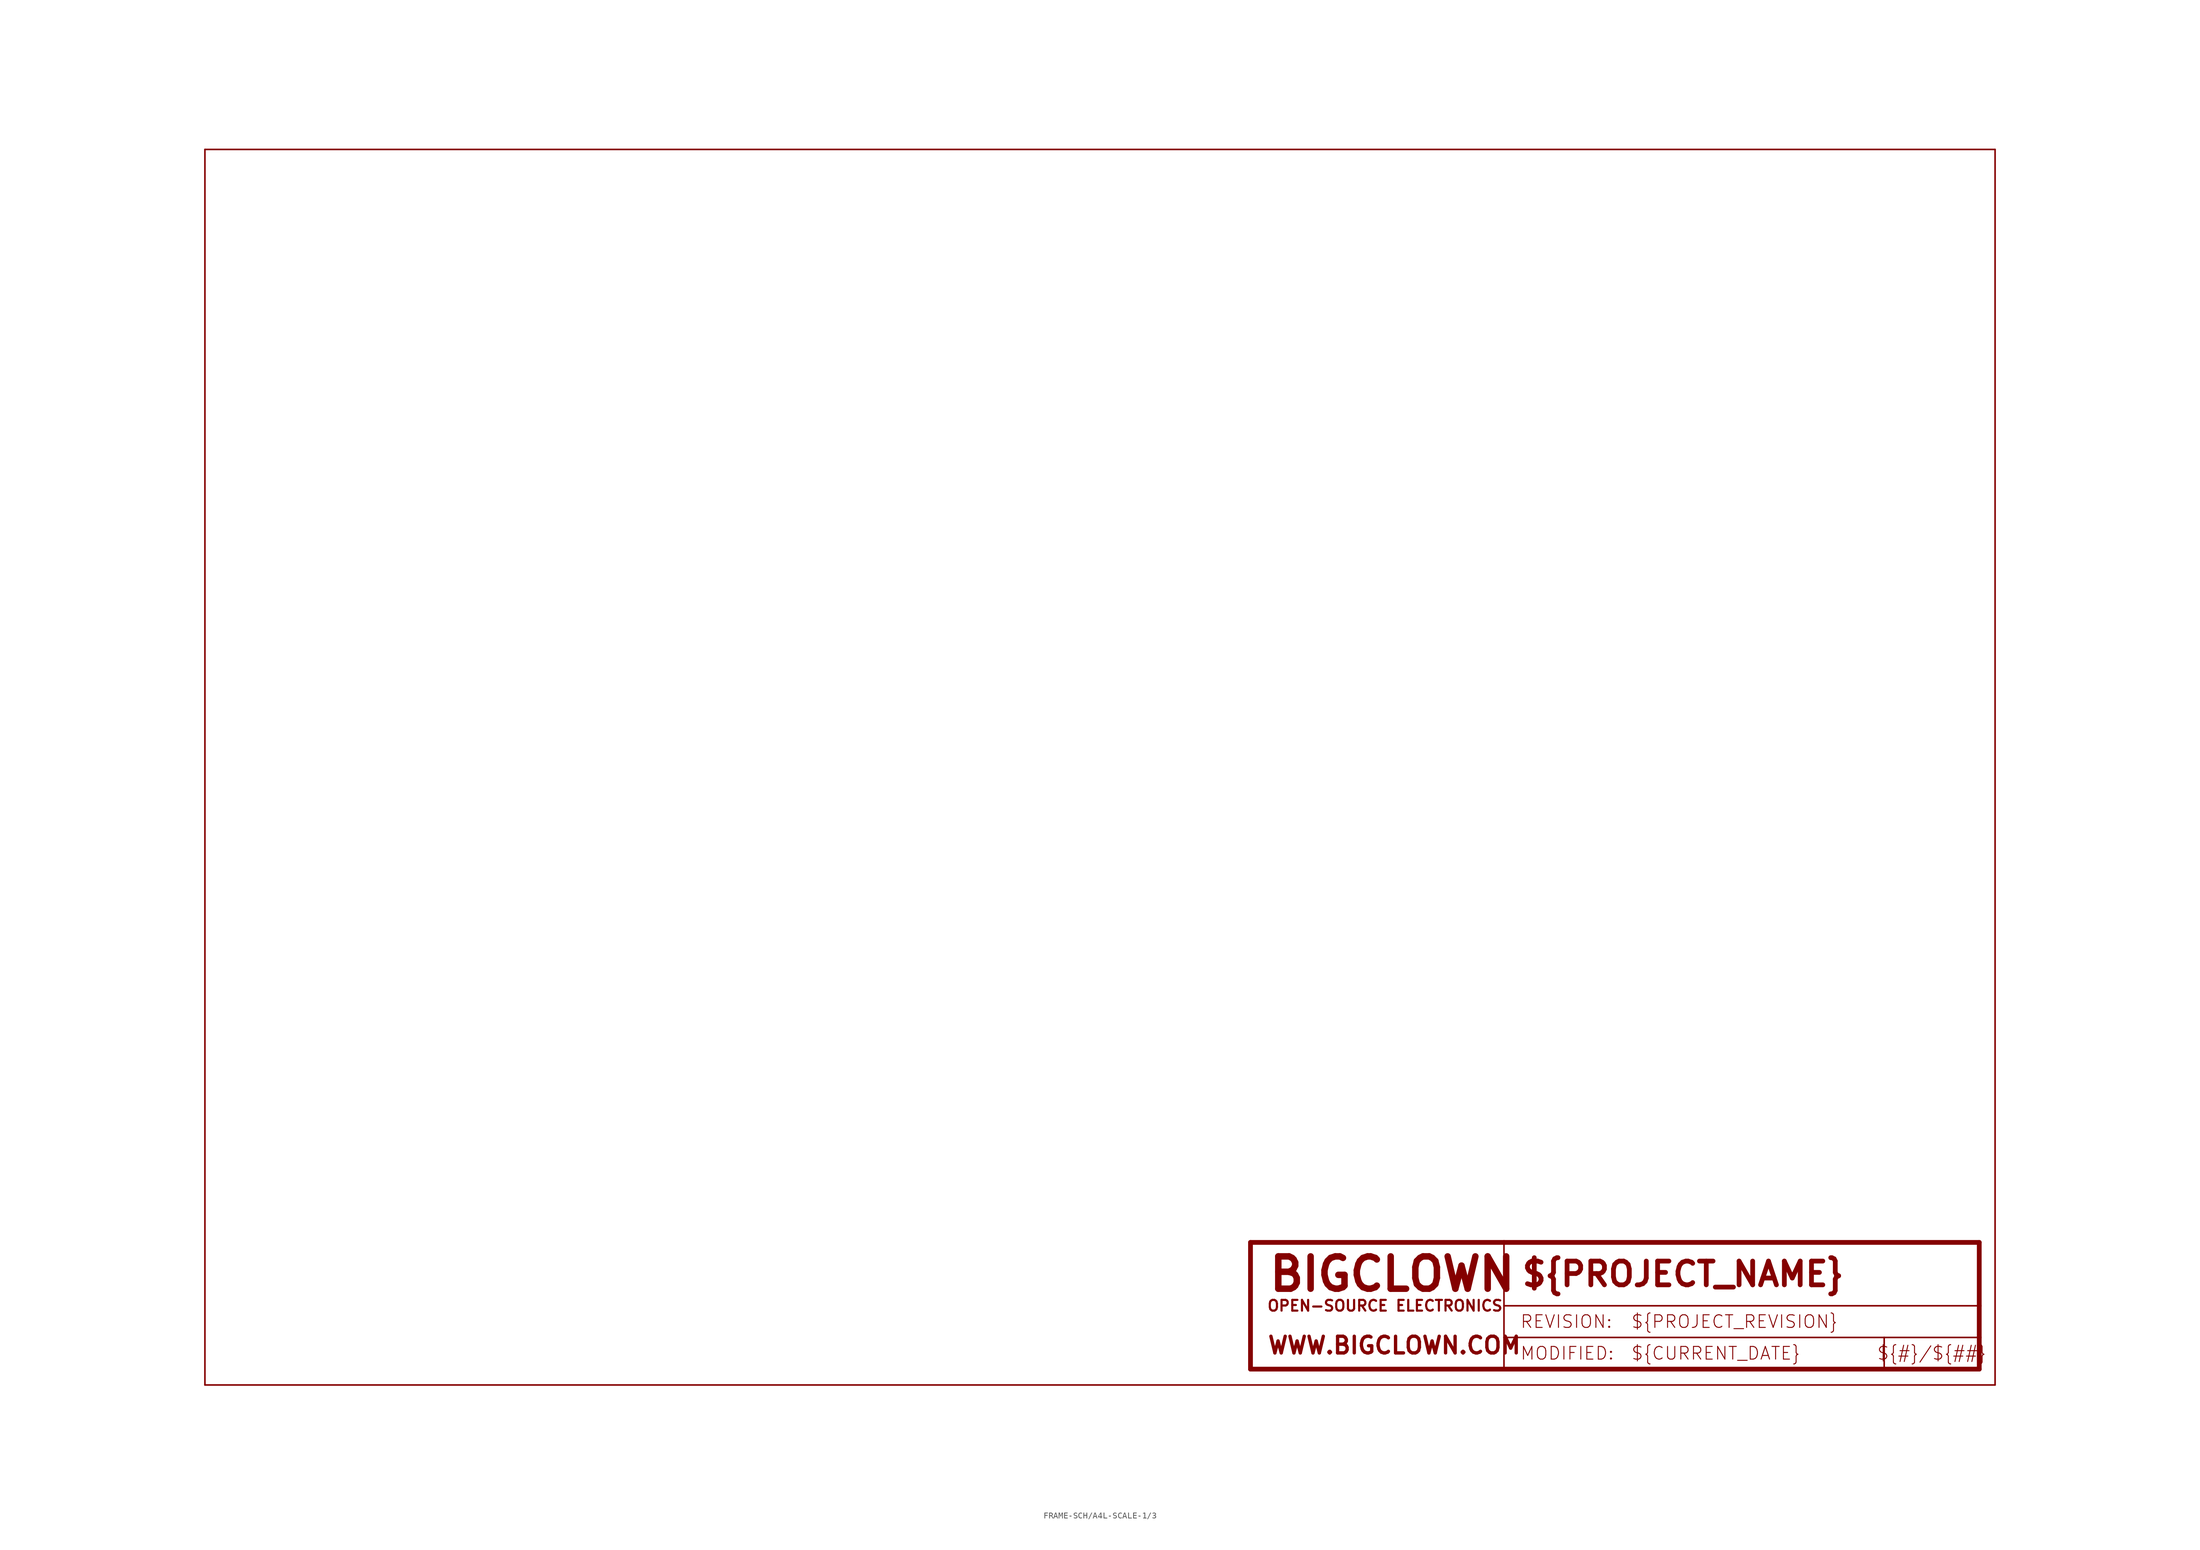
<source format=kicad_sym>
(kicad_symbol_lib
  (version 20231120)
  (generator "kicad_symbol_editor")
  (generator_version "8.0")
  (symbol "FRAME-SCH/A4L-SCALE-1/3"
    (property "Reference" "FRAME"
      (at 0 0 0)
      (effects (font (size 1.27 1.27)) (hide yes)))
    (property "ki_locked" ""
      (at 0 0 0)
      (effects (font (size 1.27 1.27))))
    (symbol "FRAME-SCH/A4L-SCALE-1/3_1_0"
      (polyline (pts (xy -2.54 -2.54) (xy 284.48 -2.54)) (stroke (width 0.254) (type solid)) (fill (type none)))
      (polyline (pts (xy -2.54 195.58) (xy -2.54 -2.54)) (stroke (width 0.254) (type solid)) (fill (type none)))
      (polyline (pts (xy 165.1 0) (xy 165.1 20.32)) (stroke (width 0.762) (type solid)) (fill (type none)))
      (polyline (pts (xy 165.1 0) (xy 205.74 0)) (stroke (width 0.762) (type solid)) (fill (type none)))
      (polyline (pts (xy 165.1 20.32) (xy 205.74 20.32)) (stroke (width 0.762) (type solid)) (fill (type none)))
      (polyline (pts (xy 205.74 0) (xy 266.7 0)) (stroke (width 0.762) (type solid)) (fill (type none)))
      (polyline (pts (xy 205.74 5.08) (xy 205.74 0)) (stroke (width 0.254) (type solid)) (fill (type none)))
      (polyline (pts (xy 205.74 5.08) (xy 266.7 5.08)) (stroke (width 0.254) (type solid)) (fill (type none)))
      (polyline (pts (xy 205.74 10.16) (xy 205.74 5.08)) (stroke (width 0.254) (type solid)) (fill (type none)))
      (polyline (pts (xy 205.74 10.16) (xy 281.94 10.16)) (stroke (width 0.254) (type solid)) (fill (type none)))
      (polyline (pts (xy 205.74 20.32) (xy 205.74 10.16)) (stroke (width 0.254) (type solid)) (fill (type none)))
      (polyline (pts (xy 205.74 20.32) (xy 281.94 20.32)) (stroke (width 0.762) (type solid)) (fill (type none)))
      (polyline (pts (xy 266.7 0) (xy 281.94 0)) (stroke (width 0.762) (type solid)) (fill (type none)))
      (polyline (pts (xy 266.7 5.08) (xy 266.7 0)) (stroke (width 0.254) (type solid)) (fill (type none)))
      (polyline (pts (xy 266.7 5.08) (xy 281.94 5.08)) (stroke (width 0.254) (type solid)) (fill (type none)))
      (polyline (pts (xy 281.94 0) (xy 281.94 5.08)) (stroke (width 0.762) (type solid)) (fill (type none)))
      (polyline (pts (xy 281.94 5.08) (xy 281.94 10.16)) (stroke (width 0.762) (type solid)) (fill (type none)))
      (polyline (pts (xy 281.94 10.16) (xy 281.94 20.32)) (stroke (width 0.762) (type solid)) (fill (type none)))
      (polyline (pts (xy 284.48 -2.54) (xy 284.48 195.58)) (stroke (width 0.254) (type solid)) (fill (type none)))
      (polyline (pts (xy 284.48 195.58) (xy -2.54 195.58)) (stroke (width 0.254) (type solid)) (fill (type none)))
      (text "${#}/${##}" (at 274.32 2.54 0) (effects (font (size 2.032 2.032))))
      (text "${CURRENT_DATE}" (at 226.06 2.54 0) (effects (font (size 2.032 2.032)) (justify left)))
      (text "${PROJECT_NAME}" (at 208.28 15.24 0) (effects (font (size 3.81 3.81) (thickness 0.762) (bold yes)) (justify left)))
      (text "${PROJECT_REVISION}" (at 226.06 7.62 0) (effects (font (size 2.032 2.032)) (justify left)))
      (text "BIGCLOWN" (at 167.64 15.24 0) (effects (font (size 5.184 5.184) (thickness 1.037) (bold yes)) (justify left)))
      (text "MODIFIED:" (at 208.28 2.54 0) (effects (font (size 2.032 2.032)) (justify left)))
      (text "OPEN-SOURCE ELECTRONICS" (at 167.64 10.16 0) (effects (font (size 1.72 1.72) (thickness 0.344) (bold yes)) (justify left)))
      (text "REVISION:" (at 208.28 7.62 0) (effects (font (size 2.032 2.032)) (justify left)))
      (text "WWW.BIGCLOWN.COM" (at 167.64 3.81 0) (effects (font (size 2.673 2.673) (thickness 0.534) (bold yes)) (justify left))))))
</source>
